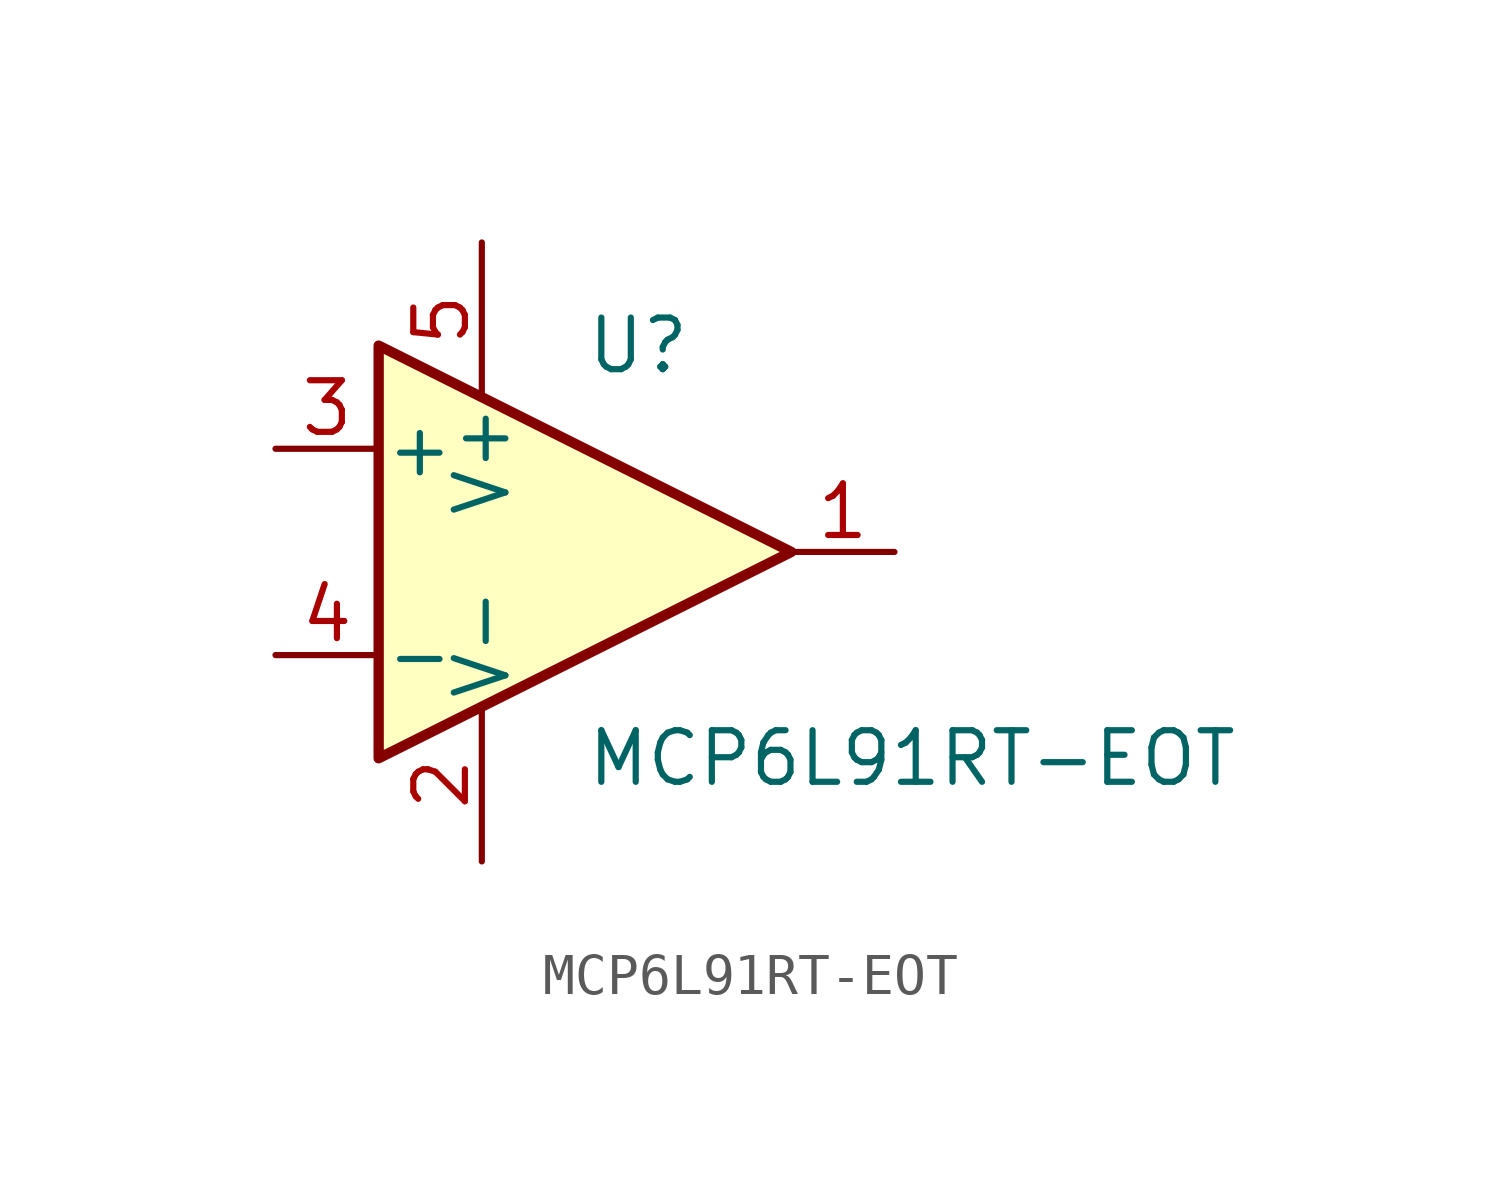
<source format=kicad_sym>
(kicad_symbol_lib
  (version 20231120)
  (generator "kicad_symbol_editor")
  (generator_version "8.0")
  (symbol "MCP6L91RT-EOT"
    (pin_names
      (offset 0.127))
    (property "Reference" "U"
      (at 0 5.08 0)
      (effects (font (size 1.27 1.27)) (justify left)))
    (property "Value" "MCP6L91RT-EOT"
      (at 0 -5.08 0)
      (effects (font (size 1.27 1.27)) (justify left)))
    (symbol "MCP6L91RT-EOT_0_1"
      (polyline (pts (xy -5.08 5.08) (xy 5.08 0) (xy -5.08 -5.08) (xy -5.08 5.08)) (stroke (width 0.254) (type default)) (fill (type background)))
      (pin power_in line (at -2.54 -7.62 90) (length 3.81) (name "V-" (effects (font (size 1.27 1.27)))) (number "2" (effects (font (size 1.27 1.27)))))
      (pin power_in line (at -2.54 7.62 270) (length 3.81) (name "V+" (effects (font (size 1.27 1.27)))) (number "5" (effects (font (size 1.27 1.27))))))
    (symbol "MCP6L91RT-EOT_1_1"
      (pin output line (at 7.62 0 180) (length 2.54) (name "~" (effects (font (size 1.27 1.27)))) (number "1" (effects (font (size 1.27 1.27)))))
      (pin input line (at -7.62 2.54 0) (length 2.54) (name "+" (effects (font (size 1.27 1.27)))) (number "3" (effects (font (size 1.27 1.27)))))
      (pin input line (at -7.62 -2.54 0) (length 2.54) (name "-" (effects (font (size 1.27 1.27)))) (number "4" (effects (font (size 1.27 1.27))))))))
</source>
